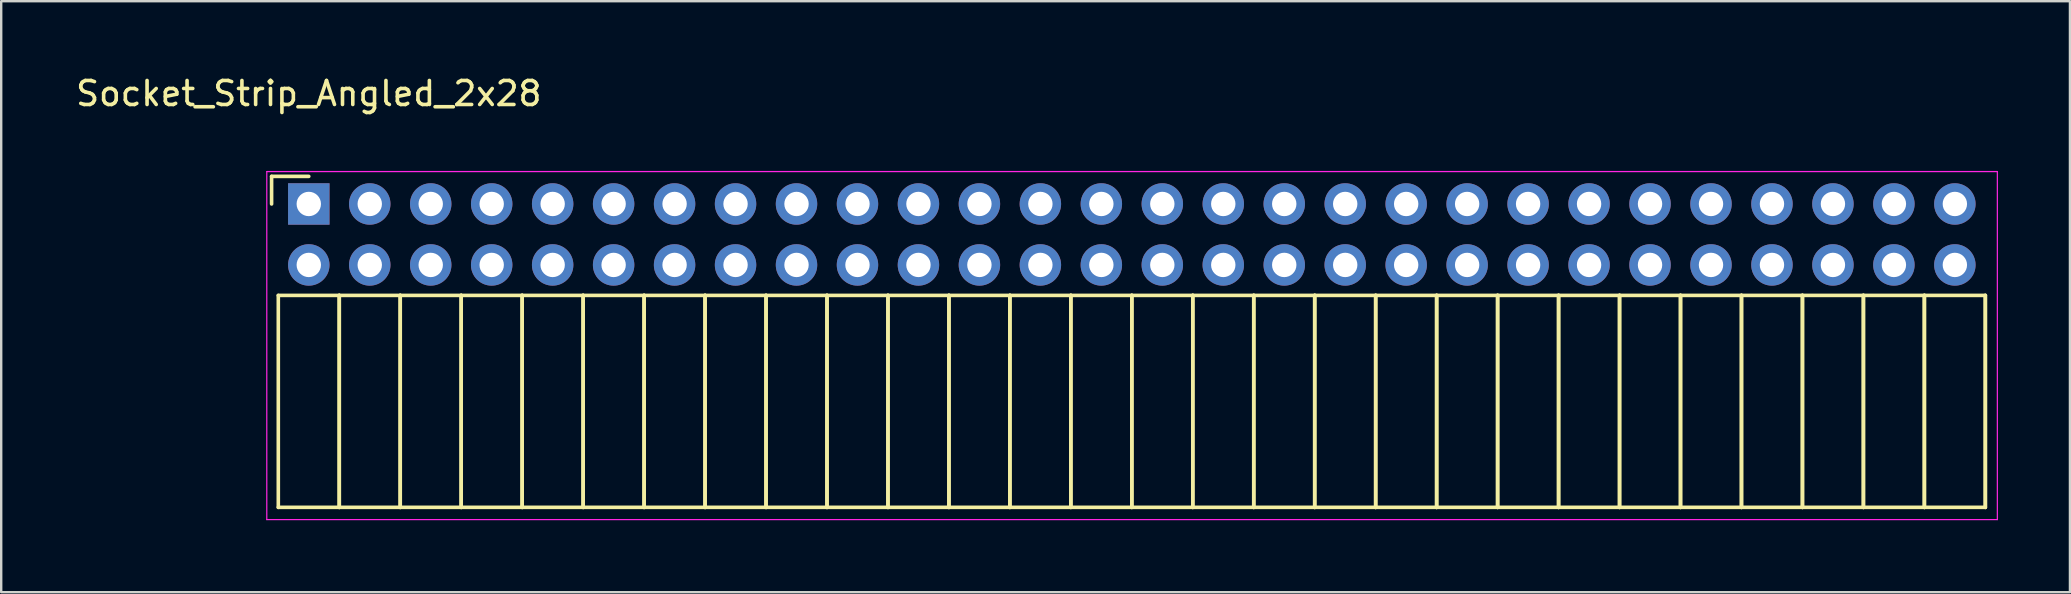
<source format=kicad_pcb>
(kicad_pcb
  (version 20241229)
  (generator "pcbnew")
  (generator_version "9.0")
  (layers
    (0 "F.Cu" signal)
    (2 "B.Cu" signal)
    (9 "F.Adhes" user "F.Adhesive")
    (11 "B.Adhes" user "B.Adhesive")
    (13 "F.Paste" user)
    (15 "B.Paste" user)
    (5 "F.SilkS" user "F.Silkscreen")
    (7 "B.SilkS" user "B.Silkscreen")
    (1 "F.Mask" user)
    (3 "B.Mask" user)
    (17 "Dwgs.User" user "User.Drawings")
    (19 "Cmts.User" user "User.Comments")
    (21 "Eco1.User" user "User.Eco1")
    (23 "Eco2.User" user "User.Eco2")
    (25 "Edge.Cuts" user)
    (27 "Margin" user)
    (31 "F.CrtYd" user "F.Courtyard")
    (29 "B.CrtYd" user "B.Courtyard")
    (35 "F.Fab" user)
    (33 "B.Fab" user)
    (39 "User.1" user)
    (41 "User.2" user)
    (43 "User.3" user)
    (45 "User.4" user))
  (footprint "Socket_Strip_Angled_2x28"
    (layer "F.Cu")
    (at 9.815 5.448)
    (property "Reference" "Socket_Strip_Angled_2x28" (at 0 -4.6 0) (layer "F.SilkS") (effects (font (size 1 1) (thickness 0.15))))
    (attr through_hole)
    (fp_line (start -1.55 -1.15) (end -1.55 0) (stroke (width 0.15) (type solid)) (layer "F.SilkS"))
    (fp_line (start -1.27 3.81) (end -1.27 12.64) (stroke (width 0.15) (type solid)) (layer "F.SilkS"))
    (fp_line (start -1.27 3.81) (end 1.27 3.81) (stroke (width 0.15) (type solid)) (layer "F.SilkS"))
    (fp_line (start -1.27 12.64) (end 1.27 12.64) (stroke (width 0.15) (type solid)) (layer "F.SilkS"))
    (fp_line (start 0 -1.15) (end -1.55 -1.15) (stroke (width 0.15) (type solid)) (layer "F.SilkS"))
    (fp_line (start 1.27 3.81) (end 1.27 12.64) (stroke (width 0.15) (type solid)) (layer "F.SilkS"))
    (fp_line (start 1.27 3.81) (end 3.81 3.81) (stroke (width 0.15) (type solid)) (layer "F.SilkS"))
    (fp_line (start 1.27 12.64) (end 1.27 3.81) (stroke (width 0.15) (type solid)) (layer "F.SilkS"))
    (fp_line (start 1.27 12.64) (end 3.81 12.64) (stroke (width 0.15) (type solid)) (layer "F.SilkS"))
    (fp_line (start 3.81 3.81) (end 3.81 12.64) (stroke (width 0.15) (type solid)) (layer "F.SilkS"))
    (fp_line (start 3.81 3.81) (end 6.35 3.81) (stroke (width 0.15) (type solid)) (layer "F.SilkS"))
    (fp_line (start 3.81 12.64) (end 3.81 3.81) (stroke (width 0.15) (type solid)) (layer "F.SilkS"))
    (fp_line (start 3.81 12.64) (end 6.35 12.64) (stroke (width 0.15) (type solid)) (layer "F.SilkS"))
    (fp_line (start 6.35 3.81) (end 6.35 12.64) (stroke (width 0.15) (type solid)) (layer "F.SilkS"))
    (fp_line (start 6.35 3.81) (end 8.89 3.81) (stroke (width 0.15) (type solid)) (layer "F.SilkS"))
    (fp_line (start 6.35 12.64) (end 6.35 3.81) (stroke (width 0.15) (type solid)) (layer "F.SilkS"))
    (fp_line (start 6.35 12.64) (end 8.89 12.64) (stroke (width 0.15) (type solid)) (layer "F.SilkS"))
    (fp_line (start 8.89 3.81) (end 8.89 12.64) (stroke (width 0.15) (type solid)) (layer "F.SilkS"))
    (fp_line (start 8.89 3.81) (end 11.43 3.81) (stroke (width 0.15) (type solid)) (layer "F.SilkS"))
    (fp_line (start 8.89 12.64) (end 8.89 3.81) (stroke (width 0.15) (type solid)) (layer "F.SilkS"))
    (fp_line (start 8.89 12.64) (end 11.43 12.64) (stroke (width 0.15) (type solid)) (layer "F.SilkS"))
    (fp_line (start 11.43 3.81) (end 11.43 12.64) (stroke (width 0.15) (type solid)) (layer "F.SilkS"))
    (fp_line (start 11.43 3.81) (end 13.97 3.81) (stroke (width 0.15) (type solid)) (layer "F.SilkS"))
    (fp_line (start 11.43 12.64) (end 11.43 3.81) (stroke (width 0.15) (type solid)) (layer "F.SilkS"))
    (fp_line (start 11.43 12.64) (end 13.97 12.64) (stroke (width 0.15) (type solid)) (layer "F.SilkS"))
    (fp_line (start 13.97 3.81) (end 13.97 12.64) (stroke (width 0.15) (type solid)) (layer "F.SilkS"))
    (fp_line (start 13.97 3.81) (end 16.51 3.81) (stroke (width 0.15) (type solid)) (layer "F.SilkS"))
    (fp_line (start 13.97 12.64) (end 13.97 3.81) (stroke (width 0.15) (type solid)) (layer "F.SilkS"))
    (fp_line (start 13.97 12.64) (end 16.51 12.64) (stroke (width 0.15) (type solid)) (layer "F.SilkS"))
    (fp_line (start 16.51 3.81) (end 16.51 12.64) (stroke (width 0.15) (type solid)) (layer "F.SilkS"))
    (fp_line (start 16.51 3.81) (end 19.05 3.81) (stroke (width 0.15) (type solid)) (layer "F.SilkS"))
    (fp_line (start 16.51 12.64) (end 16.51 3.81) (stroke (width 0.15) (type solid)) (layer "F.SilkS"))
    (fp_line (start 16.51 12.64) (end 19.05 12.64) (stroke (width 0.15) (type solid)) (layer "F.SilkS"))
    (fp_line (start 19.05 3.81) (end 19.05 12.64) (stroke (width 0.15) (type solid)) (layer "F.SilkS"))
    (fp_line (start 19.05 3.81) (end 21.59 3.81) (stroke (width 0.15) (type solid)) (layer "F.SilkS"))
    (fp_line (start 19.05 12.64) (end 19.05 3.81) (stroke (width 0.15) (type solid)) (layer "F.SilkS"))
    (fp_line (start 19.05 12.64) (end 21.59 12.64) (stroke (width 0.15) (type solid)) (layer "F.SilkS"))
    (fp_line (start 21.59 3.81) (end 21.59 12.64) (stroke (width 0.15) (type solid)) (layer "F.SilkS"))
    (fp_line (start 21.59 3.81) (end 24.13 3.81) (stroke (width 0.15) (type solid)) (layer "F.SilkS"))
    (fp_line (start 21.59 12.64) (end 21.59 3.81) (stroke (width 0.15) (type solid)) (layer "F.SilkS"))
    (fp_line (start 21.59 12.64) (end 24.13 12.64) (stroke (width 0.15) (type solid)) (layer "F.SilkS"))
    (fp_line (start 24.13 3.81) (end 24.13 12.64) (stroke (width 0.15) (type solid)) (layer "F.SilkS"))
    (fp_line (start 24.13 3.81) (end 26.67 3.81) (stroke (width 0.15) (type solid)) (layer "F.SilkS"))
    (fp_line (start 24.13 12.64) (end 24.13 3.81) (stroke (width 0.15) (type solid)) (layer "F.SilkS"))
    (fp_line (start 24.13 12.64) (end 26.67 12.64) (stroke (width 0.15) (type solid)) (layer "F.SilkS"))
    (fp_line (start 26.67 3.81) (end 26.67 12.64) (stroke (width 0.15) (type solid)) (layer "F.SilkS"))
    (fp_line (start 26.67 3.81) (end 29.21 3.81) (stroke (width 0.15) (type solid)) (layer "F.SilkS"))
    (fp_line (start 26.67 12.64) (end 26.67 3.81) (stroke (width 0.15) (type solid)) (layer "F.SilkS"))
    (fp_line (start 26.67 12.64) (end 29.21 12.64) (stroke (width 0.15) (type solid)) (layer "F.SilkS"))
    (fp_line (start 29.21 3.81) (end 29.21 12.64) (stroke (width 0.15) (type solid)) (layer "F.SilkS"))
    (fp_line (start 29.21 3.81) (end 31.75 3.81) (stroke (width 0.15) (type solid)) (layer "F.SilkS"))
    (fp_line (start 29.21 12.64) (end 29.21 3.81) (stroke (width 0.15) (type solid)) (layer "F.SilkS"))
    (fp_line (start 29.21 12.64) (end 31.75 12.64) (stroke (width 0.15) (type solid)) (layer "F.SilkS"))
    (fp_line (start 31.75 3.81) (end 31.75 12.64) (stroke (width 0.15) (type solid)) (layer "F.SilkS"))
    (fp_line (start 31.75 3.81) (end 34.29 3.81) (stroke (width 0.15) (type solid)) (layer "F.SilkS"))
    (fp_line (start 31.75 12.64) (end 31.75 3.81) (stroke (width 0.15) (type solid)) (layer "F.SilkS"))
    (fp_line (start 31.75 12.64) (end 34.29 12.64) (stroke (width 0.15) (type solid)) (layer "F.SilkS"))
    (fp_line (start 34.29 3.81) (end 34.29 12.64) (stroke (width 0.15) (type solid)) (layer "F.SilkS"))
    (fp_line (start 34.29 3.81) (end 36.83 3.81) (stroke (width 0.15) (type solid)) (layer "F.SilkS"))
    (fp_line (start 34.29 12.64) (end 34.29 3.81) (stroke (width 0.15) (type solid)) (layer "F.SilkS"))
    (fp_line (start 34.29 12.64) (end 36.83 12.64) (stroke (width 0.15) (type solid)) (layer "F.SilkS"))
    (fp_line (start 36.83 3.81) (end 36.83 12.64) (stroke (width 0.15) (type solid)) (layer "F.SilkS"))
    (fp_line (start 36.83 3.81) (end 39.37 3.81) (stroke (width 0.15) (type solid)) (layer "F.SilkS"))
    (fp_line (start 36.83 12.64) (end 36.83 3.81) (stroke (width 0.15) (type solid)) (layer "F.SilkS"))
    (fp_line (start 36.83 12.64) (end 39.37 12.64) (stroke (width 0.15) (type solid)) (layer "F.SilkS"))
    (fp_line (start 39.37 3.81) (end 39.37 12.64) (stroke (width 0.15) (type solid)) (layer "F.SilkS"))
    (fp_line (start 39.37 3.81) (end 41.91 3.81) (stroke (width 0.15) (type solid)) (layer "F.SilkS"))
    (fp_line (start 39.37 12.64) (end 39.37 3.81) (stroke (width 0.15) (type solid)) (layer "F.SilkS"))
    (fp_line (start 39.37 12.64) (end 41.91 12.64) (stroke (width 0.15) (type solid)) (layer "F.SilkS"))
    (fp_line (start 41.91 3.81) (end 41.91 12.64) (stroke (width 0.15) (type solid)) (layer "F.SilkS"))
    (fp_line (start 41.91 3.81) (end 44.45 3.81) (stroke (width 0.15) (type solid)) (layer "F.SilkS"))
    (fp_line (start 41.91 12.64) (end 41.91 3.81) (stroke (width 0.15) (type solid)) (layer "F.SilkS"))
    (fp_line (start 41.91 12.64) (end 44.45 12.64) (stroke (width 0.15) (type solid)) (layer "F.SilkS"))
    (fp_line (start 44.45 3.81) (end 44.45 12.64) (stroke (width 0.15) (type solid)) (layer "F.SilkS"))
    (fp_line (start 44.45 3.81) (end 46.99 3.81) (stroke (width 0.15) (type solid)) (layer "F.SilkS"))
    (fp_line (start 44.45 12.64) (end 44.45 3.81) (stroke (width 0.15) (type solid)) (layer "F.SilkS"))
    (fp_line (start 44.45 12.64) (end 46.99 12.64) (stroke (width 0.15) (type solid)) (layer "F.SilkS"))
    (fp_line (start 46.99 3.81) (end 46.99 12.64) (stroke (width 0.15) (type solid)) (layer "F.SilkS"))
    (fp_line (start 46.99 3.81) (end 49.53 3.81) (stroke (width 0.15) (type solid)) (layer "F.SilkS"))
    (fp_line (start 46.99 12.64) (end 46.99 3.81) (stroke (width 0.15) (type solid)) (layer "F.SilkS"))
    (fp_line (start 46.99 12.64) (end 49.53 12.64) (stroke (width 0.15) (type solid)) (layer "F.SilkS"))
    (fp_line (start 49.53 3.81) (end 49.53 12.64) (stroke (width 0.15) (type solid)) (layer "F.SilkS"))
    (fp_line (start 49.53 3.81) (end 52.07 3.81) (stroke (width 0.15) (type solid)) (layer "F.SilkS"))
    (fp_line (start 49.53 12.64) (end 49.53 3.81) (stroke (width 0.15) (type solid)) (layer "F.SilkS"))
    (fp_line (start 49.53 12.64) (end 52.07 12.64) (stroke (width 0.15) (type solid)) (layer "F.SilkS"))
    (fp_line (start 52.07 3.81) (end 52.07 12.64) (stroke (width 0.15) (type solid)) (layer "F.SilkS"))
    (fp_line (start 52.07 3.81) (end 54.61 3.81) (stroke (width 0.15) (type solid)) (layer "F.SilkS"))
    (fp_line (start 52.07 12.64) (end 52.07 3.81) (stroke (width 0.15) (type solid)) (layer "F.SilkS"))
    (fp_line (start 52.07 12.64) (end 54.61 12.64) (stroke (width 0.15) (type solid)) (layer "F.SilkS"))
    (fp_line (start 54.61 3.81) (end 54.61 12.64) (stroke (width 0.15) (type solid)) (layer "F.SilkS"))
    (fp_line (start 54.61 3.81) (end 57.15 3.81) (stroke (width 0.15) (type solid)) (layer "F.SilkS"))
    (fp_line (start 54.61 12.64) (end 54.61 3.81) (stroke (width 0.15) (type solid)) (layer "F.SilkS"))
    (fp_line (start 54.61 12.64) (end 57.15 12.64) (stroke (width 0.15) (type solid)) (layer "F.SilkS"))
    (fp_line (start 57.15 3.81) (end 57.15 12.64) (stroke (width 0.15) (type solid)) (layer "F.SilkS"))
    (fp_line (start 57.15 3.81) (end 59.69 3.81) (stroke (width 0.15) (type solid)) (layer "F.SilkS"))
    (fp_line (start 57.15 12.64) (end 57.15 3.81) (stroke (width 0.15) (type solid)) (layer "F.SilkS"))
    (fp_line (start 57.15 12.64) (end 59.69 12.64) (stroke (width 0.15) (type solid)) (layer "F.SilkS"))
    (fp_line (start 59.69 3.81) (end 59.69 12.64) (stroke (width 0.15) (type solid)) (layer "F.SilkS"))
    (fp_line (start 59.69 3.81) (end 62.23 3.81) (stroke (width 0.15) (type solid)) (layer "F.SilkS"))
    (fp_line (start 59.69 12.64) (end 59.69 3.81) (stroke (width 0.15) (type solid)) (layer "F.SilkS"))
    (fp_line (start 59.69 12.64) (end 62.23 12.64) (stroke (width 0.15) (type solid)) (layer "F.SilkS"))
    (fp_line (start 62.23 3.81) (end 62.23 12.64) (stroke (width 0.15) (type solid)) (layer "F.SilkS"))
    (fp_line (start 62.23 3.81) (end 64.77 3.81) (stroke (width 0.15) (type solid)) (layer "F.SilkS"))
    (fp_line (start 62.23 12.64) (end 62.23 3.81) (stroke (width 0.15) (type solid)) (layer "F.SilkS"))
    (fp_line (start 62.23 12.64) (end 64.77 12.64) (stroke (width 0.15) (type solid)) (layer "F.SilkS"))
    (fp_line (start 64.77 3.81) (end 64.77 12.64) (stroke (width 0.15) (type solid)) (layer "F.SilkS"))
    (fp_line (start 64.77 3.81) (end 67.31 3.81) (stroke (width 0.15) (type solid)) (layer "F.SilkS"))
    (fp_line (start 64.77 12.64) (end 64.77 3.81) (stroke (width 0.15) (type solid)) (layer "F.SilkS"))
    (fp_line (start 64.77 12.64) (end 67.31 12.64) (stroke (width 0.15) (type solid)) (layer "F.SilkS"))
    (fp_line (start 67.31 3.81) (end 67.31 12.64) (stroke (width 0.15) (type solid)) (layer "F.SilkS"))
    (fp_line (start 67.31 3.81) (end 69.85 3.81) (stroke (width 0.15) (type solid)) (layer "F.SilkS"))
    (fp_line (start 67.31 12.64) (end 67.31 3.81) (stroke (width 0.15) (type solid)) (layer "F.SilkS"))
    (fp_line (start 67.31 12.64) (end 69.85 12.64) (stroke (width 0.15) (type solid)) (layer "F.SilkS"))
    (fp_line (start 69.85 3.81) (end 69.85 12.64) (stroke (width 0.15) (type solid)) (layer "F.SilkS"))
    (fp_line (start 69.85 12.64) (end 69.85 3.81) (stroke (width 0.15) (type solid)) (layer "F.SilkS"))
    (fp_line (start -1.75 -1.35) (end -1.75 13.15) (stroke (width 0.05) (type solid)) (layer "F.CrtYd"))
    (fp_line (start -1.75 -1.35) (end 70.35 -1.35) (stroke (width 0.05) (type solid)) (layer "F.CrtYd"))
    (fp_line (start -1.75 13.15) (end 70.35 13.15) (stroke (width 0.05) (type solid)) (layer "F.CrtYd"))
    (fp_line (start 70.35 -1.35) (end 70.35 13.15) (stroke (width 0.05) (type solid)) (layer "F.CrtYd"))
    (pad "1" thru_hole rect (at 0 0) (size 1.727 1.727) (drill 1.016) (layers "*.Cu" "*.Mask"))
    (pad "2" thru_hole oval (at 0 2.54) (size 1.727 1.727) (drill 1.016) (layers "*.Cu" "*.Mask"))
    (pad "3" thru_hole oval (at 2.54 0) (size 1.727 1.727) (drill 1.016) (layers "*.Cu" "*.Mask"))
    (pad "4" thru_hole oval (at 2.54 2.54) (size 1.727 1.727) (drill 1.016) (layers "*.Cu" "*.Mask"))
    (pad "5" thru_hole oval (at 5.08 0) (size 1.727 1.727) (drill 1.016) (layers "*.Cu" "*.Mask"))
    (pad "6" thru_hole oval (at 5.08 2.54) (size 1.727 1.727) (drill 1.016) (layers "*.Cu" "*.Mask"))
    (pad "7" thru_hole oval (at 7.62 0) (size 1.727 1.727) (drill 1.016) (layers "*.Cu" "*.Mask"))
    (pad "8" thru_hole oval (at 7.62 2.54) (size 1.727 1.727) (drill 1.016) (layers "*.Cu" "*.Mask"))
    (pad "9" thru_hole oval (at 10.16 0) (size 1.727 1.727) (drill 1.016) (layers "*.Cu" "*.Mask"))
    (pad "10" thru_hole oval (at 10.16 2.54) (size 1.727 1.727) (drill 1.016) (layers "*.Cu" "*.Mask"))
    (pad "11" thru_hole oval (at 12.7 0) (size 1.727 1.727) (drill 1.016) (layers "*.Cu" "*.Mask"))
    (pad "12" thru_hole oval (at 12.7 2.54) (size 1.727 1.727) (drill 1.016) (layers "*.Cu" "*.Mask"))
    (pad "13" thru_hole oval (at 15.24 0) (size 1.727 1.727) (drill 1.016) (layers "*.Cu" "*.Mask"))
    (pad "14" thru_hole oval (at 15.24 2.54) (size 1.727 1.727) (drill 1.016) (layers "*.Cu" "*.Mask"))
    (pad "15" thru_hole oval (at 17.78 0) (size 1.727 1.727) (drill 1.016) (layers "*.Cu" "*.Mask"))
    (pad "16" thru_hole oval (at 17.78 2.54) (size 1.727 1.727) (drill 1.016) (layers "*.Cu" "*.Mask"))
    (pad "17" thru_hole oval (at 20.32 0) (size 1.727 1.727) (drill 1.016) (layers "*.Cu" "*.Mask"))
    (pad "18" thru_hole oval (at 20.32 2.54) (size 1.727 1.727) (drill 1.016) (layers "*.Cu" "*.Mask"))
    (pad "19" thru_hole oval (at 22.86 0) (size 1.727 1.727) (drill 1.016) (layers "*.Cu" "*.Mask"))
    (pad "20" thru_hole oval (at 22.86 2.54) (size 1.727 1.727) (drill 1.016) (layers "*.Cu" "*.Mask"))
    (pad "21" thru_hole oval (at 25.4 0) (size 1.727 1.727) (drill 1.016) (layers "*.Cu" "*.Mask"))
    (pad "22" thru_hole oval (at 25.4 2.54) (size 1.727 1.727) (drill 1.016) (layers "*.Cu" "*.Mask"))
    (pad "23" thru_hole oval (at 27.94 0) (size 1.727 1.727) (drill 1.016) (layers "*.Cu" "*.Mask"))
    (pad "24" thru_hole oval (at 27.94 2.54) (size 1.727 1.727) (drill 1.016) (layers "*.Cu" "*.Mask"))
    (pad "25" thru_hole oval (at 30.48 0) (size 1.727 1.727) (drill 1.016) (layers "*.Cu" "*.Mask"))
    (pad "26" thru_hole oval (at 30.48 2.54) (size 1.727 1.727) (drill 1.016) (layers "*.Cu" "*.Mask"))
    (pad "27" thru_hole oval (at 33.02 0) (size 1.727 1.727) (drill 1.016) (layers "*.Cu" "*.Mask"))
    (pad "28" thru_hole oval (at 33.02 2.54) (size 1.727 1.727) (drill 1.016) (layers "*.Cu" "*.Mask"))
    (pad "29" thru_hole oval (at 35.56 0) (size 1.727 1.727) (drill 1.016) (layers "*.Cu" "*.Mask"))
    (pad "30" thru_hole oval (at 35.56 2.54) (size 1.727 1.727) (drill 1.016) (layers "*.Cu" "*.Mask"))
    (pad "31" thru_hole oval (at 38.1 0) (size 1.727 1.727) (drill 1.016) (layers "*.Cu" "*.Mask"))
    (pad "32" thru_hole oval (at 38.1 2.54) (size 1.727 1.727) (drill 1.016) (layers "*.Cu" "*.Mask"))
    (pad "33" thru_hole oval (at 40.64 0) (size 1.727 1.727) (drill 1.016) (layers "*.Cu" "*.Mask"))
    (pad "34" thru_hole oval (at 40.64 2.54) (size 1.727 1.727) (drill 1.016) (layers "*.Cu" "*.Mask"))
    (pad "35" thru_hole oval (at 43.18 0) (size 1.727 1.727) (drill 1.016) (layers "*.Cu" "*.Mask"))
    (pad "36" thru_hole oval (at 43.18 2.54) (size 1.727 1.727) (drill 1.016) (layers "*.Cu" "*.Mask"))
    (pad "37" thru_hole oval (at 45.72 0) (size 1.727 1.727) (drill 1.016) (layers "*.Cu" "*.Mask"))
    (pad "38" thru_hole oval (at 45.72 2.54) (size 1.727 1.727) (drill 1.016) (layers "*.Cu" "*.Mask"))
    (pad "39" thru_hole oval (at 48.26 0) (size 1.727 1.727) (drill 1.016) (layers "*.Cu" "*.Mask"))
    (pad "40" thru_hole oval (at 48.26 2.54) (size 1.727 1.727) (drill 1.016) (layers "*.Cu" "*.Mask"))
    (pad "41" thru_hole oval (at 50.8 0) (size 1.727 1.727) (drill 1.016) (layers "*.Cu" "*.Mask"))
    (pad "42" thru_hole oval (at 50.8 2.54) (size 1.727 1.727) (drill 1.016) (layers "*.Cu" "*.Mask"))
    (pad "43" thru_hole oval (at 53.34 0) (size 1.727 1.727) (drill 1.016) (layers "*.Cu" "*.Mask"))
    (pad "44" thru_hole oval (at 53.34 2.54) (size 1.727 1.727) (drill 1.016) (layers "*.Cu" "*.Mask"))
    (pad "45" thru_hole oval (at 55.88 0) (size 1.727 1.727) (drill 1.016) (layers "*.Cu" "*.Mask"))
    (pad "46" thru_hole oval (at 55.88 2.54) (size 1.727 1.727) (drill 1.016) (layers "*.Cu" "*.Mask"))
    (pad "47" thru_hole oval (at 58.42 0) (size 1.727 1.727) (drill 1.016) (layers "*.Cu" "*.Mask"))
    (pad "48" thru_hole oval (at 58.42 2.54) (size 1.727 1.727) (drill 1.016) (layers "*.Cu" "*.Mask"))
    (pad "49" thru_hole oval (at 60.96 0) (size 1.727 1.727) (drill 1.016) (layers "*.Cu" "*.Mask"))
    (pad "50" thru_hole oval (at 60.96 2.54) (size 1.727 1.727) (drill 1.016) (layers "*.Cu" "*.Mask"))
    (pad "51" thru_hole oval (at 63.5 0) (size 1.727 1.727) (drill 1.016) (layers "*.Cu" "*.Mask"))
    (pad "52" thru_hole oval (at 63.5 2.54) (size 1.727 1.727) (drill 1.016) (layers "*.Cu" "*.Mask"))
    (pad "53" thru_hole oval (at 66.04 0) (size 1.727 1.727) (drill 1.016) (layers "*.Cu" "*.Mask"))
    (pad "54" thru_hole oval (at 66.04 2.54) (size 1.727 1.727) (drill 1.016) (layers "*.Cu" "*.Mask"))
    (pad "55" thru_hole oval (at 68.58 0) (size 1.727 1.727) (drill 1.016) (layers "*.Cu" "*.Mask"))
    (pad "56" thru_hole oval (at 68.58 2.54) (size 1.727 1.727) (drill 1.016) (layers "*.Cu" "*.Mask")))
  (gr_rect
    (start -3 -3)
    (end 83.19 21.623)
    (stroke (width 0.1) (type default))
    (fill no)
    (layer "Edge.Cuts")))
</source>
